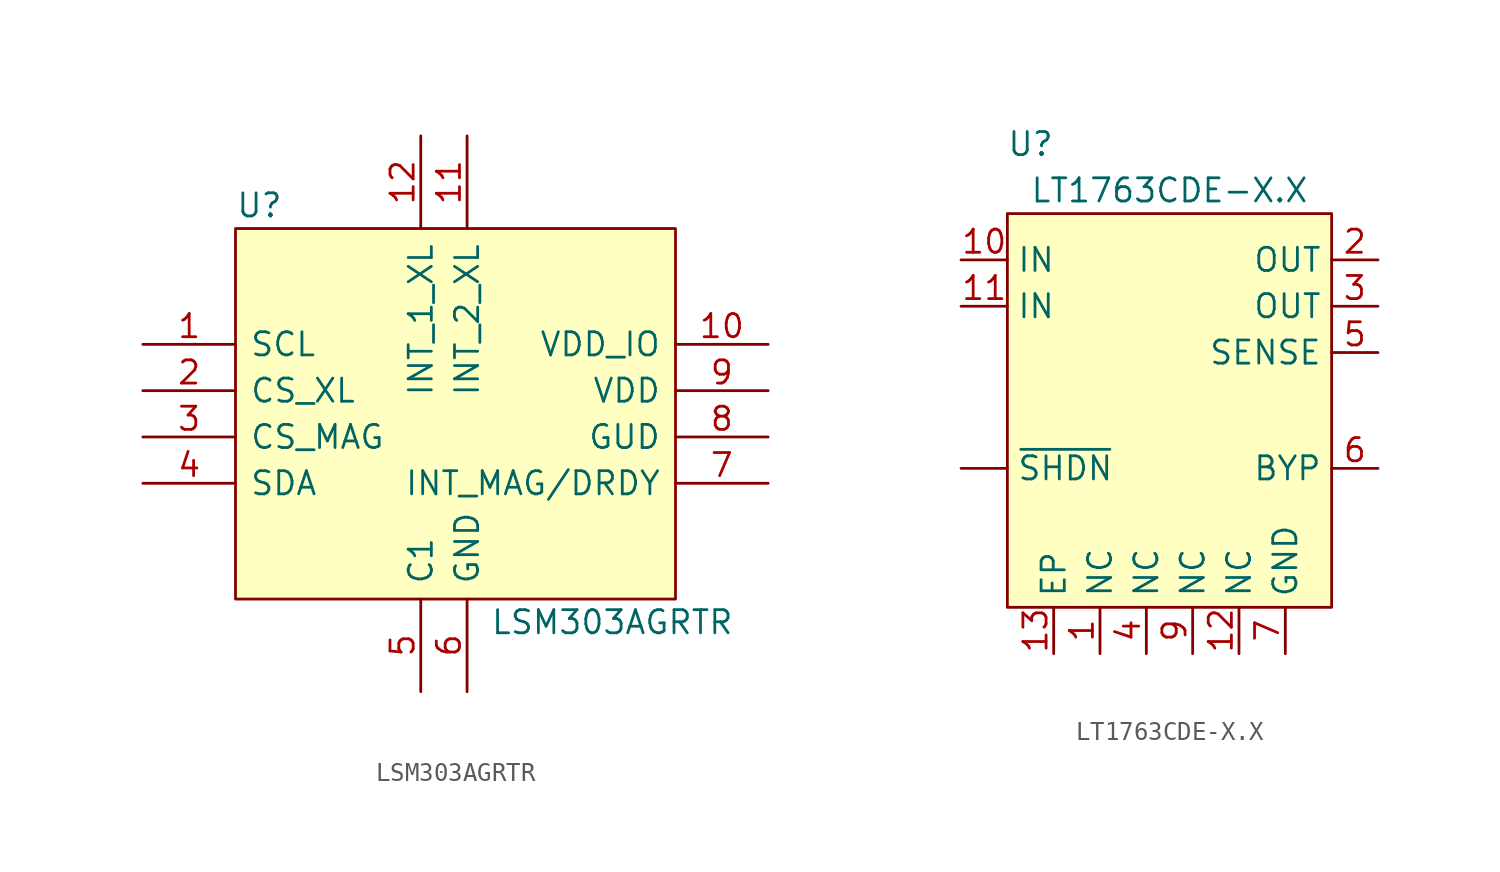
<source format=kicad_sym>
(kicad_symbol_lib
  (version 20211014)
  (generator kicad_symbol_editor)
  (symbol "LSM303AGRTR"
    (pin_names
      (offset 0.762))
    (property "Reference" "U"
      (at -11.43 11.43 0)
      (effects (font (size 1.27 1.27)) (justify left)))
    (property "Value" "LSM303AGRTR"
      (at 2.54 -11.43 0)
      (effects (font (size 1.27 1.27)) (justify left)))
    (symbol "LSM303AGRTR_0_0"
      (pin input line (at -16.51 3.81 0) (length 5.08) (name "SCL" (effects (font (size 1.27 1.27)))) (number "1" (effects (font (size 1.27 1.27)))))
      (pin power_in line (at 17.78 3.81 180) (length 5.08) (name "VDD_IO" (effects (font (size 1.27 1.27)))) (number "10" (effects (font (size 1.27 1.27)))))
      (pin open_collector line (at 1.27 15.24 270) (length 5.08) (name "INT_2_XL" (effects (font (size 1.27 1.27)))) (number "11" (effects (font (size 1.27 1.27)))))
      (pin open_collector line (at -1.27 15.24 270) (length 5.08) (name "INT_1_XL" (effects (font (size 1.27 1.27)))) (number "12" (effects (font (size 1.27 1.27)))))
      (pin input line (at -16.51 1.27 0) (length 5.08) (name "CS_XL" (effects (font (size 1.27 1.27)))) (number "2" (effects (font (size 1.27 1.27)))))
      (pin unspecified line (at -16.51 -1.27 0) (length 5.08) (name "CS_MAG" (effects (font (size 1.27 1.27)))) (number "3" (effects (font (size 1.27 1.27)))))
      (pin input line (at -16.51 -3.81 0) (length 5.08) (name "SDA" (effects (font (size 1.27 1.27)))) (number "4" (effects (font (size 1.27 1.27)))))
      (pin passive line (at -1.27 -15.24 90) (length 5.08) (name "C1" (effects (font (size 1.27 1.27)))) (number "5" (effects (font (size 1.27 1.27)))))
      (pin passive line (at 1.27 -15.24 90) (length 5.08) (name "GND" (effects (font (size 1.27 1.27)))) (number "6" (effects (font (size 1.27 1.27)))))
      (pin output line (at 17.78 -3.81 180) (length 5.08) (name "INT_MAG/DRDY" (effects (font (size 1.27 1.27)))) (number "7" (effects (font (size 1.27 1.27)))))
      (pin passive line (at 17.78 -1.27 180) (length 5.08) (name "GUD" (effects (font (size 1.27 1.27)))) (number "8" (effects (font (size 1.27 1.27)))))
      (pin power_in line (at 17.78 1.27 180) (length 5.08) (name "VDD" (effects (font (size 1.27 1.27)))) (number "9" (effects (font (size 1.27 1.27))))))
    (symbol "LSM303AGRTR_0_1"
      (polyline (pts (xy -11.43 10.16) (xy 12.7 10.16) (xy 12.7 -10.16) (xy -11.43 -10.16) (xy -11.43 10.16)) (stroke (width 0.152) (type default) (color 0 0 0 0)) (fill (type background)))))
  (symbol "LT1763CDE-X.X"
    (property "Reference" "U"
      (at -7.62 13.97 0)
      (effects (font (size 1.27 1.27))))
    (property "Value" "LT1763CDE-X.X"
      (at 0 11.43 0)
      (effects (font (size 1.27 1.27))))
    (symbol "LT1763CDE-X.X_0_1"
      (rectangle (start -8.89 10.16) (end 8.89 -11.43) (stroke (width 0) (type default) (color 0 0 0 0)) (fill (type background))))
    (symbol "LT1763CDE-X.X_1_1"
      (pin input line (at -11.43 -3.81 0) (length 2.54) (name "~{SHDN}" (effects (font (size 1.27 1.27)))) (number "" (effects (font (size 1.27 1.27)))))
      (pin passive line (at -3.81 -13.97 90) (length 2.54) (name "NC" (effects (font (size 1.27 1.27)))) (number "1" (effects (font (size 1.27 1.27)))))
      (pin input line (at -11.43 7.62 0) (length 2.54) (name "IN" (effects (font (size 1.27 1.27)))) (number "10" (effects (font (size 1.27 1.27)))))
      (pin input line (at -11.43 5.08 0) (length 2.54) (name "IN" (effects (font (size 1.27 1.27)))) (number "11" (effects (font (size 1.27 1.27)))))
      (pin passive line (at 3.81 -13.97 90) (length 2.54) (name "NC" (effects (font (size 1.27 1.27)))) (number "12" (effects (font (size 1.27 1.27)))))
      (pin passive line (at -6.35 -13.97 90) (length 2.54) (name "EP" (effects (font (size 1.27 1.27)))) (number "13" (effects (font (size 1.27 1.27)))))
      (pin output line (at 11.43 7.62 180) (length 2.54) (name "OUT" (effects (font (size 1.27 1.27)))) (number "2" (effects (font (size 1.27 1.27)))))
      (pin output line (at 11.43 5.08 180) (length 2.54) (name "OUT" (effects (font (size 1.27 1.27)))) (number "3" (effects (font (size 1.27 1.27)))))
      (pin passive line (at -1.27 -13.97 90) (length 2.54) (name "NC" (effects (font (size 1.27 1.27)))) (number "4" (effects (font (size 1.27 1.27)))))
      (pin output line (at 11.43 2.54 180) (length 2.54) (name "SENSE" (effects (font (size 1.27 1.27)))) (number "5" (effects (font (size 1.27 1.27)))))
      (pin passive line (at 11.43 -3.81 180) (length 2.54) (name "BYP" (effects (font (size 1.27 1.27)))) (number "6" (effects (font (size 1.27 1.27)))))
      (pin passive line (at 6.35 -13.97 90) (length 2.54) (name "GND" (effects (font (size 1.27 1.27)))) (number "7" (effects (font (size 1.27 1.27)))))
      (pin passive line (at 1.27 -13.97 90) (length 2.54) (name "NC" (effects (font (size 1.27 1.27)))) (number "9" (effects (font (size 1.27 1.27))))))))
</source>
